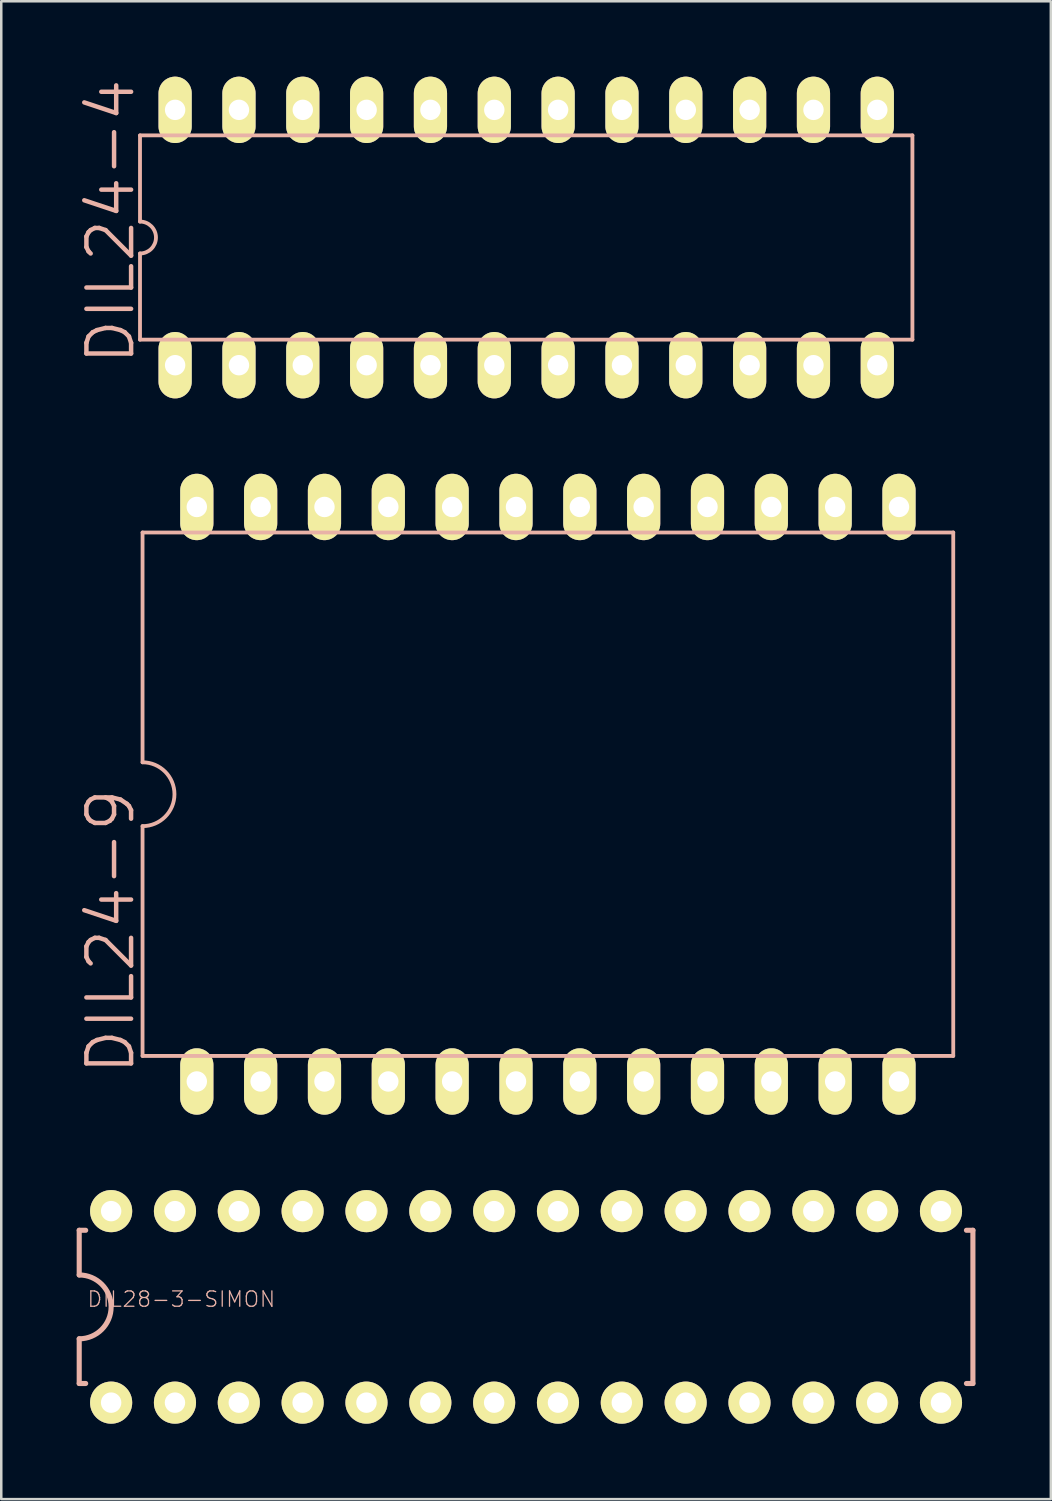
<source format=kicad_pcb>
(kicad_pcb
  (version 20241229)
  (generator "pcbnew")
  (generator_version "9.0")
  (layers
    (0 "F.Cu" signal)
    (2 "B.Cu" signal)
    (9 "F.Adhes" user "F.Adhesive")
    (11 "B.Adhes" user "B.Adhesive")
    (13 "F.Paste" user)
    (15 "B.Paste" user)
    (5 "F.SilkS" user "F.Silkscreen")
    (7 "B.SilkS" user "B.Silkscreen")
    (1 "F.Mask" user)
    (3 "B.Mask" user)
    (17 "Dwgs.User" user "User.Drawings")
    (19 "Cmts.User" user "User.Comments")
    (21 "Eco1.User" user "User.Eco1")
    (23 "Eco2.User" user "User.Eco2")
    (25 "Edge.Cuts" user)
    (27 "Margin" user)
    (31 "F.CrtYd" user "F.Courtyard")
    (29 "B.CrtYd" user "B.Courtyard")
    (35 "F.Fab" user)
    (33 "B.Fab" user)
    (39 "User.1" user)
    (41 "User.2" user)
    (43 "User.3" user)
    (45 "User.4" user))
  (footprint "DIL24-4"
    (layer "F.Cu")
    (at 17.888 6.401)
    (property "Reference" "DIL24-4" (at -16.535 -0.635 90) (layer "B.SilkS") (effects (font (size 1.778 1.778) (thickness 0.178))))
    (attr exclude_from_pos_files exclude_from_bom)
    (fp_line (start -15.367 -4.064) (end -15.367 -0.635) (stroke (width 0.152) (type solid)) (layer "B.SilkS"))
    (fp_line (start -15.367 -4.064) (end 15.367 -4.064) (stroke (width 0.152) (type solid)) (layer "B.SilkS"))
    (fp_line (start -15.367 0.635) (end -15.367 4.064) (stroke (width 0.152) (type solid)) (layer "B.SilkS"))
    (fp_line (start -15.367 4.064) (end 15.367 4.064) (stroke (width 0.152) (type solid)) (layer "B.SilkS"))
    (fp_line (start 15.367 4.064) (end 15.367 -4.064) (stroke (width 0.152) (type solid)) (layer "B.SilkS"))
    (fp_arc (start -15.367 -0.635) (mid -14.732 0) (end -15.367 0.635) (stroke (width 0.1524) (type solid)) (layer "B.SilkS"))
    (pad "1" thru_hole oval (at -13.97 5.08 180) (size 1.321 2.642) (drill 0.813) (layers "*.Cu" "F.Mask" "F.SilkS" "F.Paste"))
    (pad "2" thru_hole oval (at -11.43 5.08 180) (size 1.321 2.642) (drill 0.813) (layers "*.Cu" "F.Mask" "F.SilkS" "F.Paste"))
    (pad "3" thru_hole oval (at -8.89 5.08 180) (size 1.321 2.642) (drill 0.813) (layers "*.Cu" "F.Mask" "F.SilkS" "F.Paste"))
    (pad "4" thru_hole oval (at -6.35 5.08 180) (size 1.321 2.642) (drill 0.813) (layers "*.Cu" "F.Mask" "F.SilkS" "F.Paste"))
    (pad "5" thru_hole oval (at -3.81 5.08 180) (size 1.321 2.642) (drill 0.813) (layers "*.Cu" "F.Mask" "F.SilkS" "F.Paste"))
    (pad "6" thru_hole oval (at -1.27 5.08 180) (size 1.321 2.642) (drill 0.813) (layers "*.Cu" "F.Mask" "F.SilkS" "F.Paste"))
    (pad "7" thru_hole oval (at 1.27 5.08 180) (size 1.321 2.642) (drill 0.813) (layers "*.Cu" "F.Mask" "F.SilkS" "F.Paste"))
    (pad "8" thru_hole oval (at 3.81 5.08 180) (size 1.321 2.642) (drill 0.813) (layers "*.Cu" "F.Mask" "F.SilkS" "F.Paste"))
    (pad "9" thru_hole oval (at 6.35 5.08 180) (size 1.321 2.642) (drill 0.813) (layers "*.Cu" "F.Mask" "F.SilkS" "F.Paste"))
    (pad "10" thru_hole oval (at 8.89 5.08 180) (size 1.321 2.642) (drill 0.813) (layers "*.Cu" "F.Mask" "F.SilkS" "F.Paste"))
    (pad "11" thru_hole oval (at 11.43 5.08 180) (size 1.321 2.642) (drill 0.813) (layers "*.Cu" "F.Mask" "F.SilkS" "F.Paste"))
    (pad "12" thru_hole oval (at 13.97 5.08 180) (size 1.321 2.642) (drill 0.813) (layers "*.Cu" "F.Mask" "F.SilkS" "F.Paste"))
    (pad "13" thru_hole oval (at 13.97 -5.08 180) (size 1.321 2.642) (drill 0.813) (layers "*.Cu" "F.Mask" "F.SilkS" "F.Paste"))
    (pad "14" thru_hole oval (at 11.43 -5.08 180) (size 1.321 2.642) (drill 0.813) (layers "*.Cu" "F.Mask" "F.SilkS" "F.Paste"))
    (pad "15" thru_hole oval (at 8.89 -5.08 180) (size 1.321 2.642) (drill 0.813) (layers "*.Cu" "F.Mask" "F.SilkS" "F.Paste"))
    (pad "16" thru_hole oval (at 6.35 -5.08 180) (size 1.321 2.642) (drill 0.813) (layers "*.Cu" "F.Mask" "F.SilkS" "F.Paste"))
    (pad "17" thru_hole oval (at 3.81 -5.08 180) (size 1.321 2.642) (drill 0.813) (layers "*.Cu" "F.Mask" "F.SilkS" "F.Paste"))
    (pad "18" thru_hole oval (at 1.27 -5.08 180) (size 1.321 2.642) (drill 0.813) (layers "*.Cu" "F.Mask" "F.SilkS" "F.Paste"))
    (pad "19" thru_hole oval (at -1.27 -5.08 180) (size 1.321 2.642) (drill 0.813) (layers "*.Cu" "F.Mask" "F.SilkS" "F.Paste"))
    (pad "20" thru_hole oval (at -3.81 -5.08 180) (size 1.321 2.642) (drill 0.813) (layers "*.Cu" "F.Mask" "F.SilkS" "F.Paste"))
    (pad "21" thru_hole oval (at -6.35 -5.08 180) (size 1.321 2.642) (drill 0.813) (layers "*.Cu" "F.Mask" "F.SilkS" "F.Paste"))
    (pad "22" thru_hole oval (at -8.89 -5.08 180) (size 1.321 2.642) (drill 0.813) (layers "*.Cu" "F.Mask" "F.SilkS" "F.Paste"))
    (pad "23" thru_hole oval (at -11.43 -5.08 180) (size 1.321 2.642) (drill 0.813) (layers "*.Cu" "F.Mask" "F.SilkS" "F.Paste"))
    (pad "24" thru_hole oval (at -13.97 -5.08 180) (size 1.321 2.642) (drill 0.813) (layers "*.Cu" "F.Mask" "F.SilkS" "F.Paste")))
  (footprint "DIL24-9"
    (layer "F.Cu")
    (at 18.751 28.552)
    (property "Reference" "DIL24-9" (at -17.399 5.461 90) (layer "B.SilkS") (effects (font (size 1.778 1.778) (thickness 0.178))))
    (attr exclude_from_pos_files exclude_from_bom)
    (fp_line (start -16.129 -10.414) (end -16.129 -1.27) (stroke (width 0.152) (type solid)) (layer "B.SilkS"))
    (fp_line (start -16.129 -10.414) (end 16.129 -10.414) (stroke (width 0.152) (type solid)) (layer "B.SilkS"))
    (fp_line (start -16.129 1.27) (end -16.129 10.414) (stroke (width 0.152) (type solid)) (layer "B.SilkS"))
    (fp_line (start -16.129 10.414) (end 16.129 10.414) (stroke (width 0.152) (type solid)) (layer "B.SilkS"))
    (fp_line (start 16.129 10.414) (end 16.129 -10.414) (stroke (width 0.152) (type solid)) (layer "B.SilkS"))
    (fp_arc (start -16.129 -1.27) (mid -14.859 0) (end -16.129 1.27) (stroke (width 0.1524) (type solid)) (layer "B.SilkS"))
    (pad "1" thru_hole oval (at -13.97 11.43 180) (size 1.321 2.642) (drill 0.813) (layers "*.Cu" "F.Mask" "F.SilkS" "F.Paste"))
    (pad "2" thru_hole oval (at -11.43 11.43 180) (size 1.321 2.642) (drill 0.813) (layers "*.Cu" "F.Mask" "F.SilkS" "F.Paste"))
    (pad "3" thru_hole oval (at -8.89 11.43 180) (size 1.321 2.642) (drill 0.813) (layers "*.Cu" "F.Mask" "F.SilkS" "F.Paste"))
    (pad "4" thru_hole oval (at -6.35 11.43 180) (size 1.321 2.642) (drill 0.813) (layers "*.Cu" "F.Mask" "F.SilkS" "F.Paste"))
    (pad "5" thru_hole oval (at -3.81 11.43 180) (size 1.321 2.642) (drill 0.813) (layers "*.Cu" "F.Mask" "F.SilkS" "F.Paste"))
    (pad "6" thru_hole oval (at -1.27 11.43 180) (size 1.321 2.642) (drill 0.813) (layers "*.Cu" "F.Mask" "F.SilkS" "F.Paste"))
    (pad "7" thru_hole oval (at 1.27 11.43 180) (size 1.321 2.642) (drill 0.813) (layers "*.Cu" "F.Mask" "F.SilkS" "F.Paste"))
    (pad "8" thru_hole oval (at 3.81 11.43 180) (size 1.321 2.642) (drill 0.813) (layers "*.Cu" "F.Mask" "F.SilkS" "F.Paste"))
    (pad "9" thru_hole oval (at 6.35 11.43 180) (size 1.321 2.642) (drill 0.813) (layers "*.Cu" "F.Mask" "F.SilkS" "F.Paste"))
    (pad "10" thru_hole oval (at 8.89 11.43 180) (size 1.321 2.642) (drill 0.813) (layers "*.Cu" "F.Mask" "F.SilkS" "F.Paste"))
    (pad "11" thru_hole oval (at 11.43 11.43 180) (size 1.321 2.642) (drill 0.813) (layers "*.Cu" "F.Mask" "F.SilkS" "F.Paste"))
    (pad "12" thru_hole oval (at 13.97 11.43 180) (size 1.321 2.642) (drill 0.813) (layers "*.Cu" "F.Mask" "F.SilkS" "F.Paste"))
    (pad "13" thru_hole oval (at 13.97 -11.43 180) (size 1.321 2.642) (drill 0.813) (layers "*.Cu" "F.Mask" "F.SilkS" "F.Paste"))
    (pad "14" thru_hole oval (at 11.43 -11.43 180) (size 1.321 2.642) (drill 0.813) (layers "*.Cu" "F.Mask" "F.SilkS" "F.Paste"))
    (pad "15" thru_hole oval (at 8.89 -11.43 180) (size 1.321 2.642) (drill 0.813) (layers "*.Cu" "F.Mask" "F.SilkS" "F.Paste"))
    (pad "16" thru_hole oval (at 6.35 -11.43 180) (size 1.321 2.642) (drill 0.813) (layers "*.Cu" "F.Mask" "F.SilkS" "F.Paste"))
    (pad "17" thru_hole oval (at 3.81 -11.43 180) (size 1.321 2.642) (drill 0.813) (layers "*.Cu" "F.Mask" "F.SilkS" "F.Paste"))
    (pad "18" thru_hole oval (at 1.27 -11.43 180) (size 1.321 2.642) (drill 0.813) (layers "*.Cu" "F.Mask" "F.SilkS" "F.Paste"))
    (pad "19" thru_hole oval (at -1.27 -11.43 180) (size 1.321 2.642) (drill 0.813) (layers "*.Cu" "F.Mask" "F.SilkS" "F.Paste"))
    (pad "20" thru_hole oval (at -3.81 -11.43 180) (size 1.321 2.642) (drill 0.813) (layers "*.Cu" "F.Mask" "F.SilkS" "F.Paste"))
    (pad "21" thru_hole oval (at -6.35 -11.43 180) (size 1.321 2.642) (drill 0.813) (layers "*.Cu" "F.Mask" "F.SilkS" "F.Paste"))
    (pad "22" thru_hole oval (at -8.89 -11.43 180) (size 1.321 2.642) (drill 0.813) (layers "*.Cu" "F.Mask" "F.SilkS" "F.Paste"))
    (pad "23" thru_hole oval (at -11.43 -11.43 180) (size 1.321 2.642) (drill 0.813) (layers "*.Cu" "F.Mask" "F.SilkS" "F.Paste"))
    (pad "24" thru_hole oval (at -13.97 -11.43 180) (size 1.321 2.642) (drill 0.813) (layers "*.Cu" "F.Mask" "F.SilkS" "F.Paste")))
  (footprint "DIL28-3-SIMON"
    (layer "F.Cu")
    (at 17.882 48.951)
    (property "Reference" "DIL28-3-SIMON" (at -13.716 -0.305 0) (layer "B.SilkS") (effects (font (size 0.61 0.61) (thickness 0.051))))
    (attr exclude_from_pos_files exclude_from_bom)
    (fp_line (start -17.78 -3.048) (end -17.78 -1.27) (stroke (width 0.203) (type solid)) (layer "B.SilkS"))
    (fp_line (start -17.78 -3.048) (end -17.523 -3.048) (stroke (width 0.203) (type solid)) (layer "B.SilkS"))
    (fp_line (start -17.78 1.27) (end -17.78 3.048) (stroke (width 0.203) (type solid)) (layer "B.SilkS"))
    (fp_line (start -17.78 3.048) (end -17.523 3.048) (stroke (width 0.203) (type solid)) (layer "B.SilkS"))
    (fp_line (start 17.78 -3.048) (end 17.523 -3.048) (stroke (width 0.203) (type solid)) (layer "B.SilkS"))
    (fp_line (start 17.78 3.048) (end 17.523 3.048) (stroke (width 0.203) (type solid)) (layer "B.SilkS"))
    (fp_line (start 17.78 3.048) (end 17.78 -3.048) (stroke (width 0.203) (type solid)) (layer "B.SilkS"))
    (fp_arc (start -17.78 -1.27) (mid -16.51 0) (end -17.78 1.27) (stroke (width 0.2032) (type solid)) (layer "B.SilkS"))
    (pad "1" thru_hole circle (at -16.51 3.81) (size 1.676 1.676) (drill 0.813) (layers "*.Cu" "F.Mask" "F.SilkS" "F.Paste"))
    (pad "2" thru_hole circle (at -13.97 3.81) (size 1.676 1.676) (drill 0.813) (layers "*.Cu" "F.Mask" "F.SilkS" "F.Paste"))
    (pad "3" thru_hole circle (at -11.43 3.81) (size 1.676 1.676) (drill 0.813) (layers "*.Cu" "F.Mask" "F.SilkS" "F.Paste"))
    (pad "4" thru_hole circle (at -8.89 3.81) (size 1.676 1.676) (drill 0.813) (layers "*.Cu" "F.Mask" "F.SilkS" "F.Paste"))
    (pad "5" thru_hole circle (at -6.35 3.81) (size 1.676 1.676) (drill 0.813) (layers "*.Cu" "F.Mask" "F.SilkS" "F.Paste"))
    (pad "6" thru_hole circle (at -3.81 3.81) (size 1.676 1.676) (drill 0.813) (layers "*.Cu" "F.Mask" "F.SilkS" "F.Paste"))
    (pad "7" thru_hole circle (at -1.27 3.81) (size 1.676 1.676) (drill 0.813) (layers "*.Cu" "F.Mask" "F.SilkS" "F.Paste"))
    (pad "8" thru_hole circle (at 1.27 3.81) (size 1.676 1.676) (drill 0.813) (layers "*.Cu" "F.Mask" "F.SilkS" "F.Paste"))
    (pad "9" thru_hole circle (at 3.81 3.81) (size 1.676 1.676) (drill 0.813) (layers "*.Cu" "F.Mask" "F.SilkS" "F.Paste"))
    (pad "10" thru_hole circle (at 6.35 3.81) (size 1.676 1.676) (drill 0.813) (layers "*.Cu" "F.Mask" "F.SilkS" "F.Paste"))
    (pad "11" thru_hole circle (at 8.89 3.81) (size 1.676 1.676) (drill 0.813) (layers "*.Cu" "F.Mask" "F.SilkS" "F.Paste"))
    (pad "12" thru_hole circle (at 11.43 3.81) (size 1.676 1.676) (drill 0.813) (layers "*.Cu" "F.Mask" "F.SilkS" "F.Paste"))
    (pad "13" thru_hole circle (at 13.97 3.81) (size 1.676 1.676) (drill 0.813) (layers "*.Cu" "F.Mask" "F.SilkS" "F.Paste"))
    (pad "14" thru_hole circle (at 16.51 3.81) (size 1.676 1.676) (drill 0.813) (layers "*.Cu" "F.Mask" "F.SilkS" "F.Paste"))
    (pad "15" thru_hole circle (at 16.51 -3.81) (size 1.676 1.676) (drill 0.813) (layers "*.Cu" "F.Mask" "F.SilkS" "F.Paste"))
    (pad "16" thru_hole circle (at 13.97 -3.81) (size 1.676 1.676) (drill 0.813) (layers "*.Cu" "F.Mask" "F.SilkS" "F.Paste"))
    (pad "17" thru_hole circle (at 11.43 -3.81) (size 1.676 1.676) (drill 0.813) (layers "*.Cu" "F.Mask" "F.SilkS" "F.Paste"))
    (pad "18" thru_hole circle (at 8.89 -3.81) (size 1.676 1.676) (drill 0.813) (layers "*.Cu" "F.Mask" "F.SilkS" "F.Paste"))
    (pad "19" thru_hole circle (at 6.35 -3.81) (size 1.676 1.676) (drill 0.813) (layers "*.Cu" "F.Mask" "F.SilkS" "F.Paste"))
    (pad "20" thru_hole circle (at 3.81 -3.81) (size 1.676 1.676) (drill 0.813) (layers "*.Cu" "F.Mask" "F.SilkS" "F.Paste"))
    (pad "21" thru_hole circle (at 1.27 -3.81) (size 1.676 1.676) (drill 0.813) (layers "*.Cu" "F.Mask" "F.SilkS" "F.Paste"))
    (pad "22" thru_hole circle (at -1.27 -3.81) (size 1.676 1.676) (drill 0.813) (layers "*.Cu" "F.Mask" "F.SilkS" "F.Paste"))
    (pad "23" thru_hole circle (at -3.81 -3.81) (size 1.676 1.676) (drill 0.813) (layers "*.Cu" "F.Mask" "F.SilkS" "F.Paste"))
    (pad "24" thru_hole circle (at -6.35 -3.81) (size 1.676 1.676) (drill 0.813) (layers "*.Cu" "F.Mask" "F.SilkS" "F.Paste"))
    (pad "25" thru_hole circle (at -8.89 -3.81) (size 1.676 1.676) (drill 0.813) (layers "*.Cu" "F.Mask" "F.SilkS" "F.Paste"))
    (pad "26" thru_hole circle (at -11.43 -3.81) (size 1.676 1.676) (drill 0.813) (layers "*.Cu" "F.Mask" "F.SilkS" "F.Paste"))
    (pad "27" thru_hole circle (at -13.97 -3.81) (size 1.676 1.676) (drill 0.813) (layers "*.Cu" "F.Mask" "F.SilkS" "F.Paste"))
    (pad "28" thru_hole circle (at -16.51 -3.81) (size 1.676 1.676) (drill 0.813) (layers "*.Cu" "F.Mask" "F.SilkS" "F.Paste")))
  (gr_rect
    (start -3 -3)
    (end 38.763 56.6)
    (stroke (width 0.1) (type default))
    (fill no)
    (layer "Edge.Cuts")))
</source>
